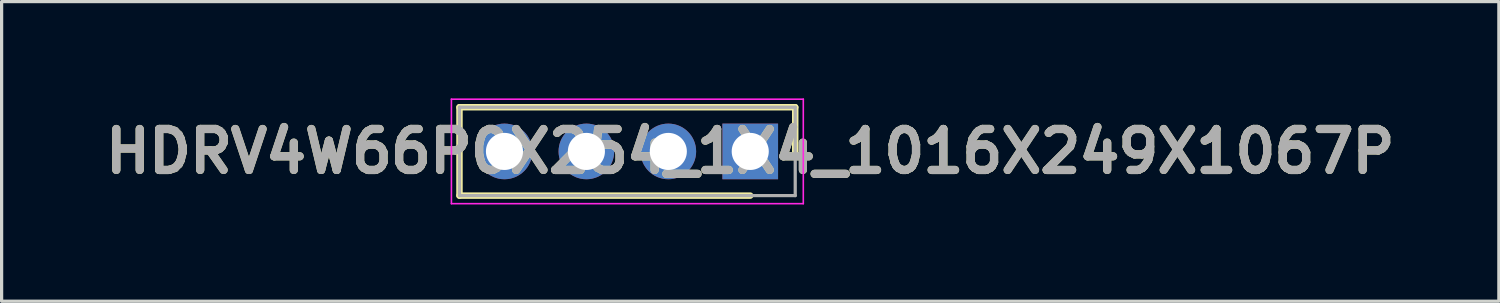
<source format=kicad_pcb>
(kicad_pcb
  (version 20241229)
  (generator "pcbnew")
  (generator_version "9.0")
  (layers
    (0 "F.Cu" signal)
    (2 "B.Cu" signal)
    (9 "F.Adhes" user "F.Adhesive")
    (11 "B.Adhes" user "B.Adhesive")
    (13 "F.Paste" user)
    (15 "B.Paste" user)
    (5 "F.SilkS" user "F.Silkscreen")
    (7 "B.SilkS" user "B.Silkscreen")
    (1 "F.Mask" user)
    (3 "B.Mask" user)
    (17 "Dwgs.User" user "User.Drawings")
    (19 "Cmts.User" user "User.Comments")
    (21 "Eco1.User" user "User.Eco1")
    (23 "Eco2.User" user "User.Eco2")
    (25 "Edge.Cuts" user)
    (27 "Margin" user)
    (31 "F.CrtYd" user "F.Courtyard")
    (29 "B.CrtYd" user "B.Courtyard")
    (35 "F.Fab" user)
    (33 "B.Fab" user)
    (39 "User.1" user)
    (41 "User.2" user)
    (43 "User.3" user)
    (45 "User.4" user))
  (footprint "HDRV4W66P0X254_1X4_1016X249X1067P"
    (layer "F.Cu")
    (at 20.211 1.645)
    (property "Reference" "HDRV4W66P0X254_1X4_1016X249X1067P" (at 0 0 0) (layer "F.SilkS") (effects (font (size 1.27 1.27) (thickness 0.254))))
    (attr through_hole)
    (fp_line (start -9.015 -1.37) (end 1.395 -1.37) (stroke (width 0.2) (type solid)) (layer "F.SilkS"))
    (fp_line (start -9.015 1.37) (end -9.015 -1.37) (stroke (width 0.2) (type solid)) (layer "F.SilkS"))
    (fp_line (start 0 1.37) (end -9.015 1.37) (stroke (width 0.2) (type solid)) (layer "F.SilkS"))
    (fp_line (start 1.395 -1.37) (end 1.395 0) (stroke (width 0.2) (type solid)) (layer "F.SilkS"))
    (fp_line (start -9.265 -1.62) (end 1.645 -1.62) (stroke (width 0.05) (type solid)) (layer "F.CrtYd"))
    (fp_line (start -9.265 1.62) (end -9.265 -1.62) (stroke (width 0.05) (type solid)) (layer "F.CrtYd"))
    (fp_line (start 1.645 -1.62) (end 1.645 1.62) (stroke (width 0.05) (type solid)) (layer "F.CrtYd"))
    (fp_line (start 1.645 1.62) (end -9.265 1.62) (stroke (width 0.05) (type solid)) (layer "F.CrtYd"))
    (fp_line (start -9.015 -1.37) (end 1.395 -1.37) (stroke (width 0.1) (type solid)) (layer "F.Fab"))
    (fp_line (start -9.015 1.37) (end -9.015 -1.37) (stroke (width 0.1) (type solid)) (layer "F.Fab"))
    (fp_line (start 1.395 -1.37) (end 1.395 1.37) (stroke (width 0.1) (type solid)) (layer "F.Fab"))
    (fp_line (start 1.395 1.37) (end -9.015 1.37) (stroke (width 0.1) (type solid)) (layer "F.Fab"))
    (fp_text user "${REFERENCE}" (at 0 0 0) (layer "F.Fab") (effects (font (size 1.27 1.27) (thickness 0.254))))
    (pad "1" thru_hole rect (at 0 0) (size 1.725 1.725) (drill 1.15) (layers "*.Cu" "*.Mask"))
    (pad "2" thru_hole circle (at -2.54 0) (size 1.725 1.725) (drill 1.15) (layers "*.Cu" "*.Mask"))
    (pad "3" thru_hole circle (at -5.08 0) (size 1.725 1.725) (drill 1.15) (layers "*.Cu" "*.Mask"))
    (pad "4" thru_hole circle (at -7.62 0) (size 1.725 1.725) (drill 1.15) (layers "*.Cu" "*.Mask")))
  (gr_rect
    (start -3 -3)
    (end 43.422 6.29)
    (stroke (width 0.1) (type default))
    (fill no)
    (layer "Edge.Cuts")))
</source>
